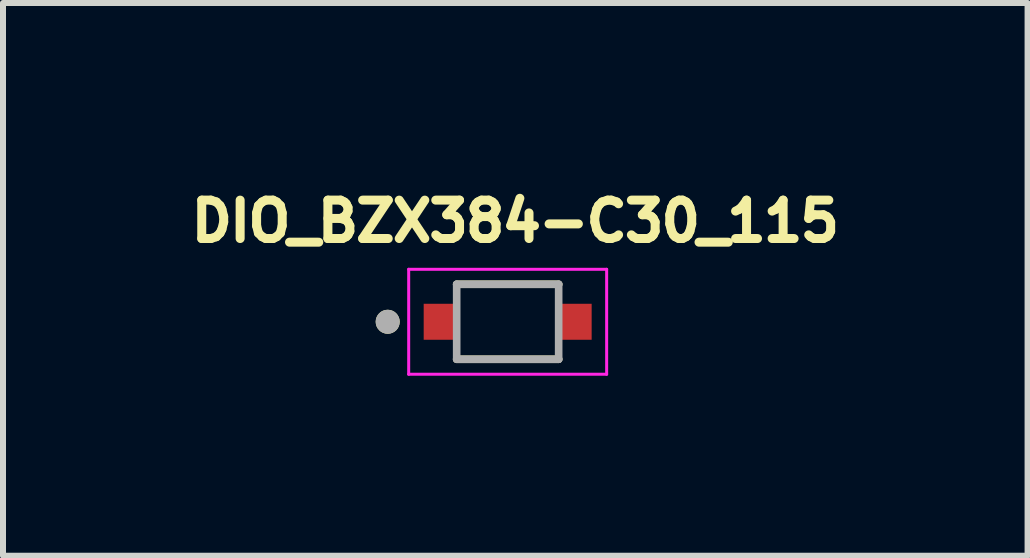
<source format=kicad_pcb>
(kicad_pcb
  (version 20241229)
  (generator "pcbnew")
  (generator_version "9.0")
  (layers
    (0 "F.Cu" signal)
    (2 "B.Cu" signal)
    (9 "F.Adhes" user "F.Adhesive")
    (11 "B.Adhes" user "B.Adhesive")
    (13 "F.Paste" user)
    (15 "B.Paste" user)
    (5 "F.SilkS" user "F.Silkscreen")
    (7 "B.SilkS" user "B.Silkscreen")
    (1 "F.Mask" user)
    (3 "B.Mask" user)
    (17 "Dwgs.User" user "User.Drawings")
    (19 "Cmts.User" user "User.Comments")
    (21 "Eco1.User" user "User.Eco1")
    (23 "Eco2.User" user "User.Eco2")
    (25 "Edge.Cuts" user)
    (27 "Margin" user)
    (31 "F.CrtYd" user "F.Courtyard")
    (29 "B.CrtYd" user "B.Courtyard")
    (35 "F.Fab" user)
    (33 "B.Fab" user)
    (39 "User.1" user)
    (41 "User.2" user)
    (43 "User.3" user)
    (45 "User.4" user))
  (footprint "DIO_BZX384-C30_115"
    (layer "F.Cu")
    (at 5.413 2.314)
    (property "Reference" "DIO_BZX384-C30_115" (at 0.127 -1.676 0) (layer "F.SilkS") (effects (font (size 0.64 0.64) (thickness 0.15))))
    (attr smd)
    (fp_line (start -0.85 -0.625) (end 0.85 -0.625) (stroke (width 0.127) (type solid)) (layer "F.SilkS"))
    (fp_line (start 0.85 0.625) (end -0.85 0.625) (stroke (width 0.127) (type solid)) (layer "F.SilkS"))
    (fp_circle (center -2 0) (end -1.9 0) (stroke (width 0.2) (type solid)) (fill no) (layer "F.SilkS"))
    (fp_poly (pts (xy -1.35 -0.25) (xy -0.85 -0.25) (xy -0.85 0.25) (xy -1.35 0.25)) (stroke (width 0.01) (type solid)) (fill yes) (layer "F.Paste"))
    (fp_poly (pts (xy 0.85 -0.25) (xy 1.35 -0.25) (xy 1.35 0.25) (xy 0.85 0.25)) (stroke (width 0.01) (type solid)) (fill yes) (layer "F.Paste"))
    (fp_line (start -1.65 -0.875) (end 1.65 -0.875) (stroke (width 0.05) (type solid)) (layer "F.CrtYd"))
    (fp_line (start -1.65 0.875) (end -1.65 -0.875) (stroke (width 0.05) (type solid)) (layer "F.CrtYd"))
    (fp_line (start 1.65 -0.875) (end 1.65 0.875) (stroke (width 0.05) (type solid)) (layer "F.CrtYd"))
    (fp_line (start 1.65 0.875) (end -1.65 0.875) (stroke (width 0.05) (type solid)) (layer "F.CrtYd"))
    (fp_line (start -0.85 -0.625) (end 0.85 -0.625) (stroke (width 0.127) (type solid)) (layer "F.Fab"))
    (fp_line (start -0.85 0.625) (end -0.85 -0.625) (stroke (width 0.127) (type solid)) (layer "F.Fab"))
    (fp_line (start 0.85 -0.625) (end 0.85 0.625) (stroke (width 0.127) (type solid)) (layer "F.Fab"))
    (fp_line (start 0.85 0.625) (end -0.85 0.625) (stroke (width 0.127) (type solid)) (layer "F.Fab"))
    (fp_circle (center -2 0) (end -1.9 0) (stroke (width 0.2) (type solid)) (fill no) (layer "F.Fab"))
    (pad "1" smd rect (at -1.1 0) (size 0.6 0.6) (layers "F.Cu" "F.Mask"))
    (pad "2" smd rect (at 1.1 0) (size 0.6 0.6) (layers "F.Cu" "F.Mask")))
  (gr_rect
    (start -3 -3)
    (end 14.08 6.214)
    (stroke (width 0.1) (type default))
    (fill no)
    (layer "Edge.Cuts")))
</source>
